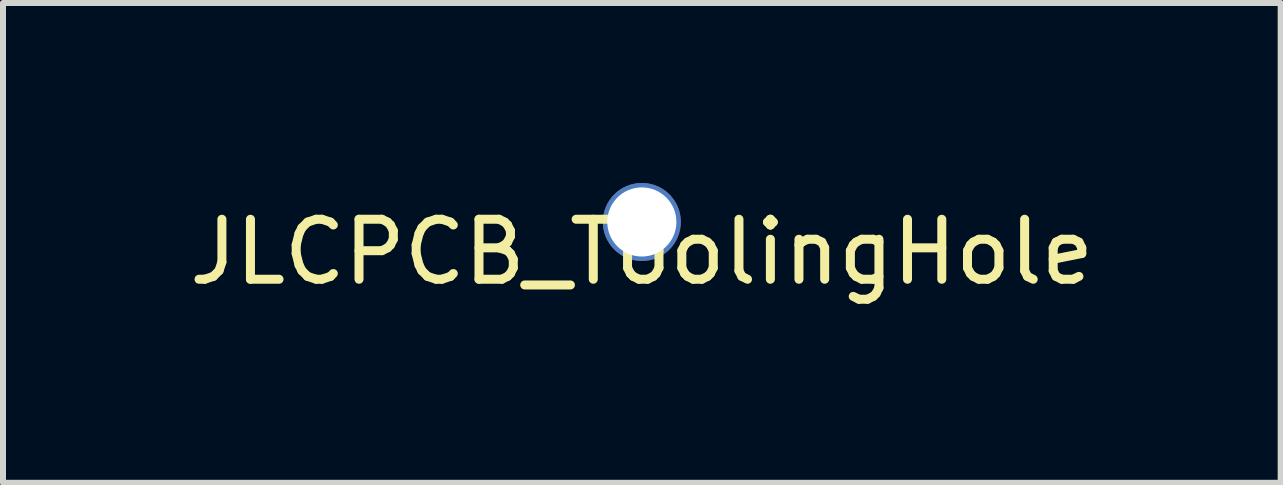
<source format=kicad_pcb>
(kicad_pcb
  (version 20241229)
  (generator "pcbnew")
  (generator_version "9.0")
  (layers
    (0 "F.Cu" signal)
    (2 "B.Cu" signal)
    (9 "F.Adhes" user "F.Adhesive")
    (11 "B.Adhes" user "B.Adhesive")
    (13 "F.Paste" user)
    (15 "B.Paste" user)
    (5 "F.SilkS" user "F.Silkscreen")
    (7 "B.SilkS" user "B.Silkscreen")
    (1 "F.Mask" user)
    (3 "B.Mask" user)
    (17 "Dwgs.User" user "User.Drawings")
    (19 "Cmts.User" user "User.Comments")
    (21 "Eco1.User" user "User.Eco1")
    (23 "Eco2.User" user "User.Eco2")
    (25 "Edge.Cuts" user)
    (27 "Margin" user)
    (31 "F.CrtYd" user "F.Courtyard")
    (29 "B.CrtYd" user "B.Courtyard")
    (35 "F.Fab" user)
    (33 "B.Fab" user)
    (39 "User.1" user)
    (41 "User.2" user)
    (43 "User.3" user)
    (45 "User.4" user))
  (footprint "JLCPCB_ToolingHole"
    (layer "F.Cu")
    (at 7.649 0.65)
    (property "Reference" "JLCPCB_ToolingHole" (at 0 0.5 0) (layer "F.SilkS") (effects (font (size 1 1) (thickness 0.15))))
    (attr through_hole)
    (pad "1" thru_hole circle (at 0 0) (size 1.3 1.3) (drill 1.152) (layers "*.Cu" "*.Paste" "*.Mask")))
  (gr_rect
    (start -3 -3)
    (end 18.298 4.998)
    (stroke (width 0.1) (type default))
    (fill no)
    (layer "Edge.Cuts")))
</source>
